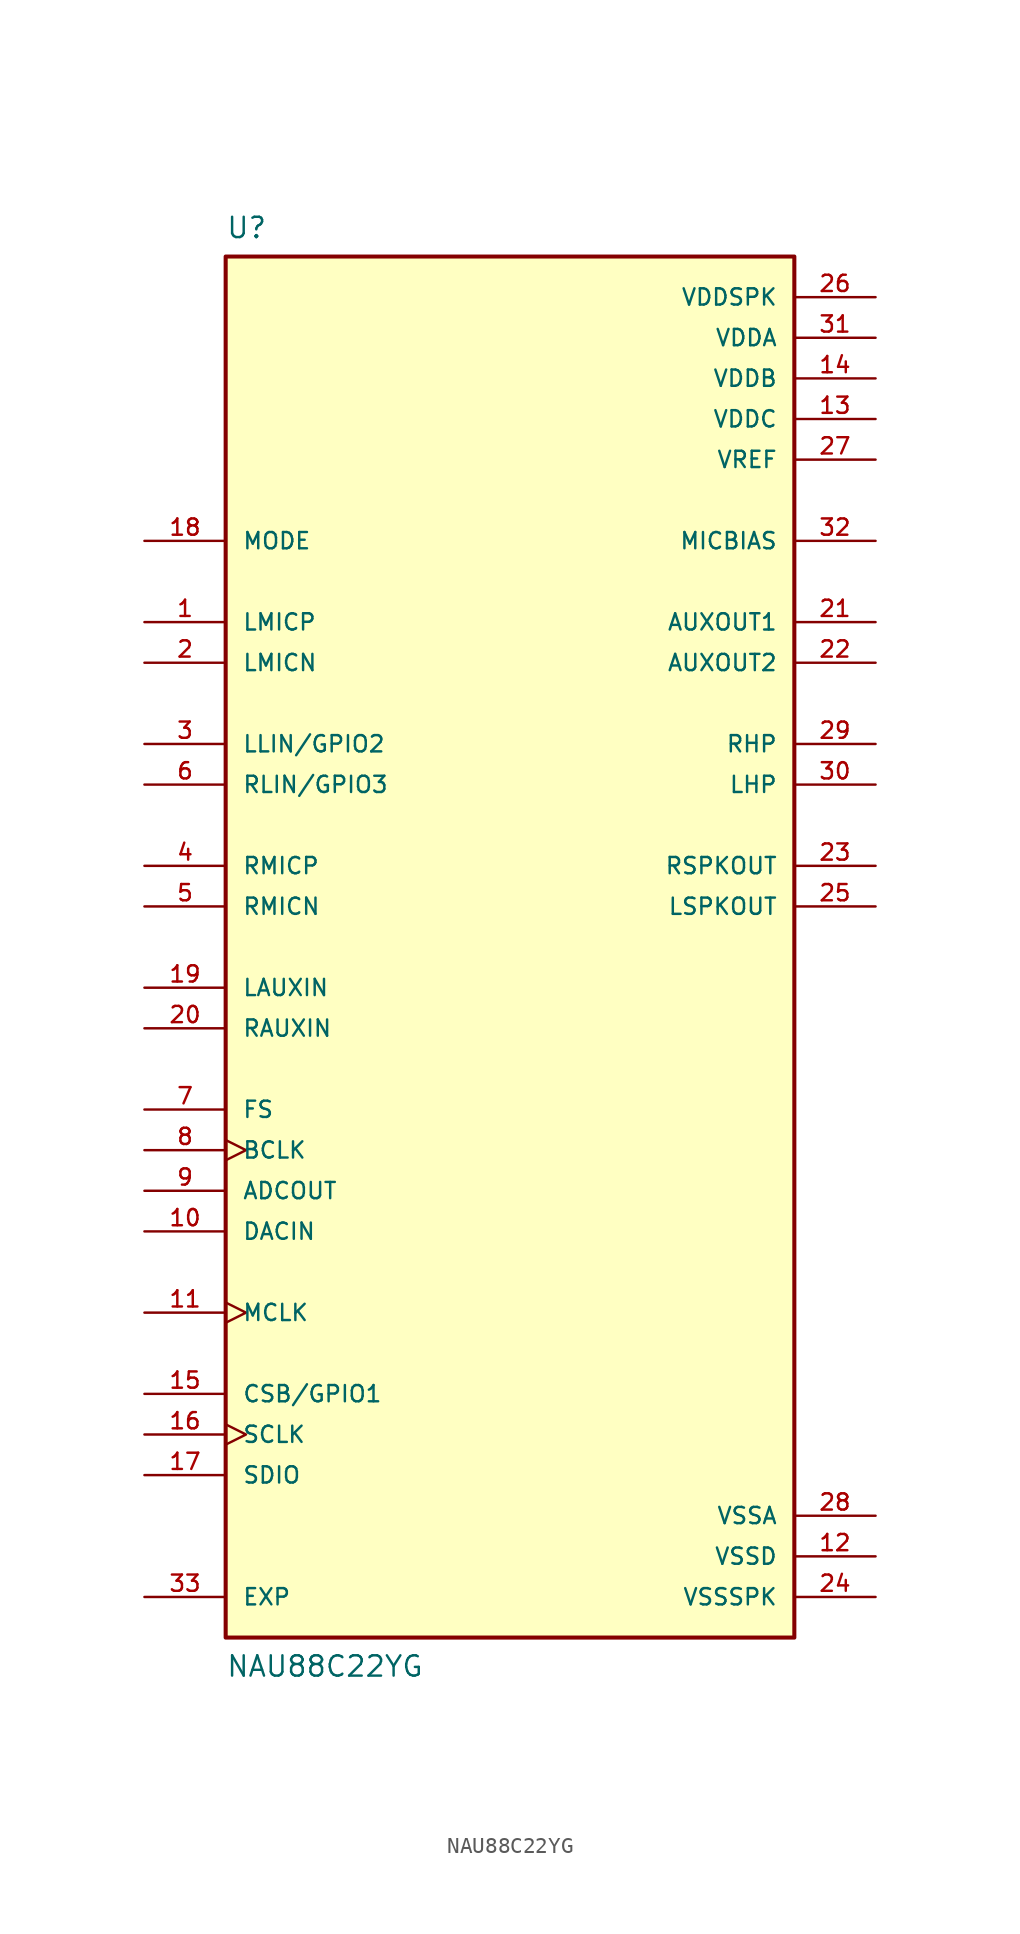
<source format=kicad_sym>
(kicad_symbol_lib
  (version 20241209)
  (generator "kicad_symbol_editor")
  (generator_version "9.0")
  (symbol "NAU88C22YG"
    (pin_names
      (offset 1.016))
    (property "Reference" "U"
      (at -17.78 45.72 0)
      (effects (font (size 1.27 1.27)) (justify left top)))
    (property "Value" "NAU88C22YG"
      (at -17.78 -45.72 0)
      (effects (font (size 1.27 1.27)) (justify left bottom)))
    (symbol "NAU88C22YG_0_0"
      (rectangle (start -17.78 -43.18) (end 17.78 43.18) (stroke (width 0.254) (type default)) (fill (type background)))
      (pin input line (at -22.86 25.4 0) (length 5.08) (name "MODE" (effects (font (size 1.016 1.016)))) (number "18" (effects (font (size 1.016 1.016)))))
      (pin input line (at -22.86 20.32 0) (length 5.08) (name "LMICP" (effects (font (size 1.016 1.016)))) (number "1" (effects (font (size 1.016 1.016)))))
      (pin input line (at -22.86 17.78 0) (length 5.08) (name "LMICN" (effects (font (size 1.016 1.016)))) (number "2" (effects (font (size 1.016 1.016)))))
      (pin bidirectional line (at -22.86 12.7 0) (length 5.08) (name "LLIN/GPIO2" (effects (font (size 1.016 1.016)))) (number "3" (effects (font (size 1.016 1.016)))))
      (pin bidirectional line (at -22.86 10.16 0) (length 5.08) (name "RLIN/GPIO3" (effects (font (size 1.016 1.016)))) (number "6" (effects (font (size 1.016 1.016)))))
      (pin input line (at -22.86 5.08 0) (length 5.08) (name "RMICP" (effects (font (size 1.016 1.016)))) (number "4" (effects (font (size 1.016 1.016)))))
      (pin input line (at -22.86 2.54 0) (length 5.08) (name "RMICN" (effects (font (size 1.016 1.016)))) (number "5" (effects (font (size 1.016 1.016)))))
      (pin input line (at -22.86 -2.54 0) (length 5.08) (name "LAUXIN" (effects (font (size 1.016 1.016)))) (number "19" (effects (font (size 1.016 1.016)))))
      (pin input line (at -22.86 -5.08 0) (length 5.08) (name "RAUXIN" (effects (font (size 1.016 1.016)))) (number "20" (effects (font (size 1.016 1.016)))))
      (pin bidirectional line (at -22.86 -10.16 0) (length 5.08) (name "FS" (effects (font (size 1.016 1.016)))) (number "7" (effects (font (size 1.016 1.016)))))
      (pin bidirectional clock (at -22.86 -12.7 0) (length 5.08) (name "BCLK" (effects (font (size 1.016 1.016)))) (number "8" (effects (font (size 1.016 1.016)))))
      (pin output line (at -22.86 -15.24 0) (length 5.08) (name "ADCOUT" (effects (font (size 1.016 1.016)))) (number "9" (effects (font (size 1.016 1.016)))))
      (pin input line (at -22.86 -17.78 0) (length 5.08) (name "DACIN" (effects (font (size 1.016 1.016)))) (number "10" (effects (font (size 1.016 1.016)))))
      (pin input clock (at -22.86 -22.86 0) (length 5.08) (name "MCLK" (effects (font (size 1.016 1.016)))) (number "11" (effects (font (size 1.016 1.016)))))
      (pin bidirectional line (at -22.86 -27.94 0) (length 5.08) (name "CSB/GPIO1" (effects (font (size 1.016 1.016)))) (number "15" (effects (font (size 1.016 1.016)))))
      (pin input clock (at -22.86 -30.48 0) (length 5.08) (name "SCLK" (effects (font (size 1.016 1.016)))) (number "16" (effects (font (size 1.016 1.016)))))
      (pin bidirectional line (at -22.86 -33.02 0) (length 5.08) (name "SDIO" (effects (font (size 1.016 1.016)))) (number "17" (effects (font (size 1.016 1.016)))))
      (pin passive line (at -22.86 -40.64 0) (length 5.08) (name "EXP" (effects (font (size 1.016 1.016)))) (number "33" (effects (font (size 1.016 1.016)))))
      (pin power_in line (at 22.86 40.64 180) (length 5.08) (name "VDDSPK" (effects (font (size 1.016 1.016)))) (number "26" (effects (font (size 1.016 1.016)))))
      (pin power_in line (at 22.86 38.1 180) (length 5.08) (name "VDDA" (effects (font (size 1.016 1.016)))) (number "31" (effects (font (size 1.016 1.016)))))
      (pin power_in line (at 22.86 35.56 180) (length 5.08) (name "VDDB" (effects (font (size 1.016 1.016)))) (number "14" (effects (font (size 1.016 1.016)))))
      (pin power_in line (at 22.86 33.02 180) (length 5.08) (name "VDDC" (effects (font (size 1.016 1.016)))) (number "13" (effects (font (size 1.016 1.016)))))
      (pin power_in line (at 22.86 30.48 180) (length 5.08) (name "VREF" (effects (font (size 1.016 1.016)))) (number "27" (effects (font (size 1.016 1.016)))))
      (pin output line (at 22.86 25.4 180) (length 5.08) (name "MICBIAS" (effects (font (size 1.016 1.016)))) (number "32" (effects (font (size 1.016 1.016)))))
      (pin output line (at 22.86 20.32 180) (length 5.08) (name "AUXOUT1" (effects (font (size 1.016 1.016)))) (number "21" (effects (font (size 1.016 1.016)))))
      (pin output line (at 22.86 17.78 180) (length 5.08) (name "AUXOUT2" (effects (font (size 1.016 1.016)))) (number "22" (effects (font (size 1.016 1.016)))))
      (pin output line (at 22.86 12.7 180) (length 5.08) (name "RHP" (effects (font (size 1.016 1.016)))) (number "29" (effects (font (size 1.016 1.016)))))
      (pin output line (at 22.86 10.16 180) (length 5.08) (name "LHP" (effects (font (size 1.016 1.016)))) (number "30" (effects (font (size 1.016 1.016)))))
      (pin output line (at 22.86 5.08 180) (length 5.08) (name "RSPKOUT" (effects (font (size 1.016 1.016)))) (number "23" (effects (font (size 1.016 1.016)))))
      (pin output line (at 22.86 2.54 180) (length 5.08) (name "LSPKOUT" (effects (font (size 1.016 1.016)))) (number "25" (effects (font (size 1.016 1.016)))))
      (pin power_in line (at 22.86 -35.56 180) (length 5.08) (name "VSSA" (effects (font (size 1.016 1.016)))) (number "28" (effects (font (size 1.016 1.016)))))
      (pin power_in line (at 22.86 -38.1 180) (length 5.08) (name "VSSD" (effects (font (size 1.016 1.016)))) (number "12" (effects (font (size 1.016 1.016)))))
      (pin power_in line (at 22.86 -40.64 180) (length 5.08) (name "VSSSPK" (effects (font (size 1.016 1.016)))) (number "24" (effects (font (size 1.016 1.016))))))))
</source>
